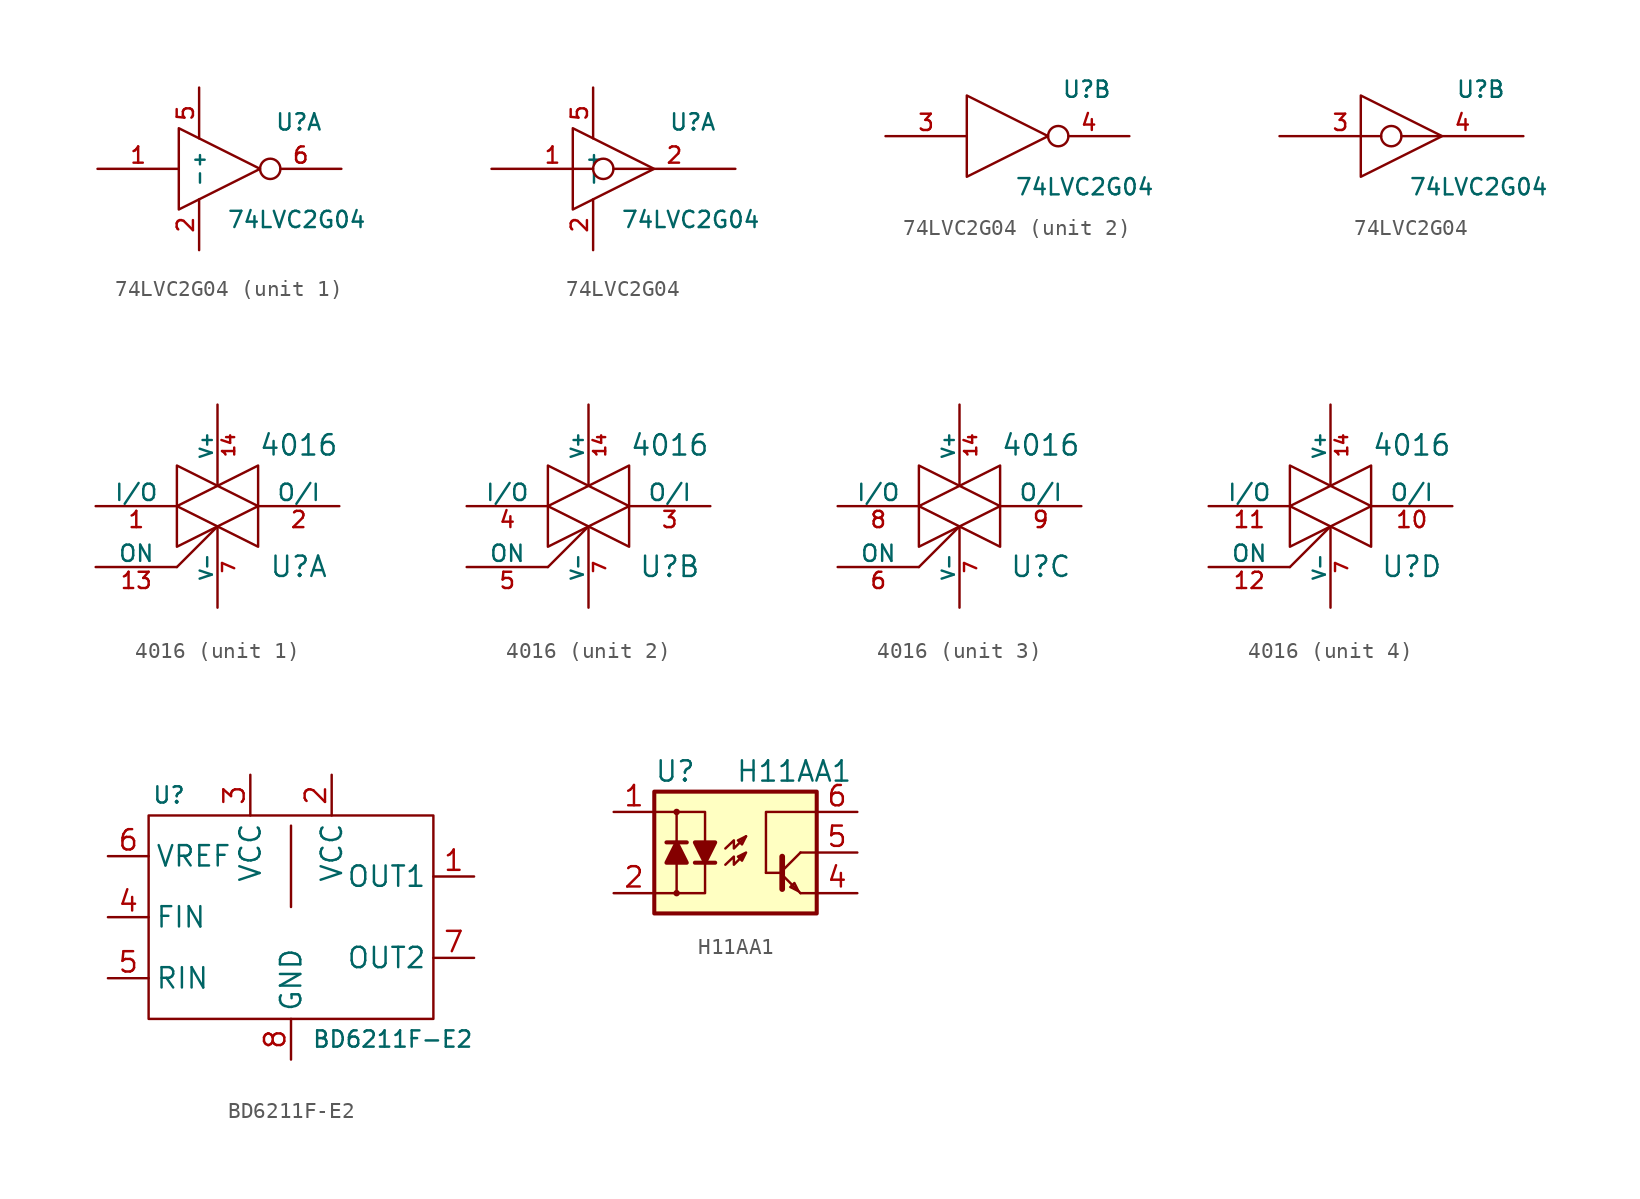
<source format=kicad_sym>
(kicad_symbol_lib
  (version 20211014)
  (generator kicad_symbol_editor)
  (symbol "74LVC2G04"
    (pin_names
      (offset 0.762))
    (property "Reference" "U"
      (at 4.953 2.921 0)
      (effects (font (size 1.016 1.016))))
    (property "Value" "74LVC2G04"
      (at 4.826 -3.175 0)
      (effects (font (size 1.016 1.016))))
    (property "ki_locked" ""
      (at 0 0 0)
      (effects (font (size 1.27 1.27))))
    (symbol "74LVC2G04_0_0"
      (polyline (pts (xy -2.54 2.54) (xy -2.54 -2.54) (xy 2.54 0) (xy -2.54 2.54)) (stroke (width 0) (type default) (color 0 0 0 0)) (fill (type none))))
    (symbol "74LVC2G04_1_0"
      (pin power_in line (at -1.27 -5.08 90) (length 3.175) (name "-" (effects (font (size 0.762 0.762)))) (number "2" (effects (font (size 1.016 1.016)))))
      (pin power_in line (at -1.27 5.08 270) (length 3.175) (name "+" (effects (font (size 0.762 0.762)))) (number "5" (effects (font (size 1.016 1.016))))))
    (symbol "74LVC2G04_1_1"
      (pin input line (at -7.62 0 0) (length 5.08) (name "~" (effects (font (size 1.016 1.016)))) (number "1" (effects (font (size 1.016 1.016)))))
      (pin output inverted (at 7.62 0 180) (length 5.08) (name "~" (effects (font (size 1.016 1.016)))) (number "6" (effects (font (size 1.016 1.016))))))
    (symbol "74LVC2G04_1_2"
      (pin input inverted (at -7.62 0 0) (length 7.62) (name "~" (effects (font (size 1.016 1.016)))) (number "1" (effects (font (size 1.016 1.016)))))
      (pin output line (at 7.62 0 180) (length 7.62) (name "~" (effects (font (size 1.016 1.016)))) (number "2" (effects (font (size 1.016 1.016))))))
    (symbol "74LVC2G04_2_1"
      (pin input line (at -7.62 0 0) (length 5.08) (name "~" (effects (font (size 1.016 1.016)))) (number "3" (effects (font (size 1.016 1.016)))))
      (pin output inverted (at 7.62 0 180) (length 5.08) (name "~" (effects (font (size 1.016 1.016)))) (number "4" (effects (font (size 1.016 1.016))))))
    (symbol "74LVC2G04_2_2"
      (pin input inverted (at -7.62 0 0) (length 7.62) (name "~" (effects (font (size 1.016 1.016)))) (number "3" (effects (font (size 1.016 1.016)))))
      (pin output line (at 7.62 0 180) (length 7.62) (name "~" (effects (font (size 1.016 1.016)))) (number "4" (effects (font (size 1.016 1.016)))))))
  (symbol "4016"
    (pin_names
      (offset 0))
    (property "Reference" "U"
      (at 5.08 -3.785 0)
      (effects (font (size 1.27 1.27))))
    (property "Value" "4016"
      (at 5.08 3.81 0)
      (effects (font (size 1.27 1.27))))
    (symbol "4016_0_1"
      (polyline (pts (xy -2.54 -3.81) (xy 0 -1.27) (xy 0 -1.27)) (stroke (width 0) (type default) (color 0 0 0 0)) (fill (type none)))
      (polyline (pts (xy -2.54 0) (xy 2.54 2.54) (xy 2.54 -2.54) (xy -2.54 0)) (stroke (width 0) (type default) (color 0 0 0 0)) (fill (type none)))
      (polyline (pts (xy -2.54 2.54) (xy 2.54 0) (xy -2.54 -2.54) (xy -2.54 2.54)) (stroke (width 0) (type default) (color 0 0 0 0)) (fill (type none)))
      (pin power_in line (at 0 6.35 270) (length 5.08) (name "V+" (effects (font (size 0.762 0.762)))) (number "14" (effects (font (size 0.762 0.762)))))
      (pin power_in line (at 0 -6.35 90) (length 5.08) (name "V-" (effects (font (size 0.762 0.762)))) (number "7" (effects (font (size 0.762 0.762))))))
    (symbol "4016_1_1"
      (pin passive line (at -7.62 0 0) (length 5.08) (name "I/O" (effects (font (size 1.016 1.016)))) (number "1" (effects (font (size 1.016 1.016)))))
      (pin input line (at -7.62 -3.81 0) (length 5.08) (name "ON" (effects (font (size 1.016 1.016)))) (number "13" (effects (font (size 1.016 1.016)))))
      (pin passive line (at 7.62 0 180) (length 5.08) (name "O/I" (effects (font (size 1.016 1.016)))) (number "2" (effects (font (size 1.016 1.016))))))
    (symbol "4016_2_1"
      (pin passive line (at 7.62 0 180) (length 5.08) (name "O/I" (effects (font (size 1.016 1.016)))) (number "3" (effects (font (size 1.016 1.016)))))
      (pin passive line (at -7.62 0 0) (length 5.08) (name "I/O" (effects (font (size 1.016 1.016)))) (number "4" (effects (font (size 1.016 1.016)))))
      (pin input line (at -7.62 -3.81 0) (length 5.08) (name "ON" (effects (font (size 1.016 1.016)))) (number "5" (effects (font (size 1.016 1.016))))))
    (symbol "4016_3_1"
      (pin input line (at -7.62 -3.81 0) (length 5.08) (name "ON" (effects (font (size 1.016 1.016)))) (number "6" (effects (font (size 1.016 1.016)))))
      (pin passive line (at -7.62 0 0) (length 5.08) (name "I/O" (effects (font (size 1.016 1.016)))) (number "8" (effects (font (size 1.016 1.016)))))
      (pin passive line (at 7.62 0 180) (length 5.08) (name "O/I" (effects (font (size 1.016 1.016)))) (number "9" (effects (font (size 1.016 1.016))))))
    (symbol "4016_4_1"
      (pin passive line (at 7.62 0 180) (length 5.08) (name "O/I" (effects (font (size 1.016 1.016)))) (number "10" (effects (font (size 1.016 1.016)))))
      (pin passive line (at -7.62 0 0) (length 5.08) (name "I/O" (effects (font (size 1.016 1.016)))) (number "11" (effects (font (size 1.016 1.016)))))
      (pin input line (at -7.62 -3.81 0) (length 5.08) (name "ON" (effects (font (size 1.016 1.016)))) (number "12" (effects (font (size 1.016 1.016)))))))
  (symbol "BD6211F-E2"
    (pin_names
      (offset 0.406))
    (property "Reference" "U"
      (at -7.62 7.62 0)
      (effects (font (size 1.016 1.016))))
    (property "Value" "BD6211F-E2"
      (at 6.35 -7.62 0)
      (effects (font (size 1.016 1.016))))
    (symbol "BD6211F-E2_1_0"
      (rectangle (start -8.89 6.35) (end 8.89 -6.35) (stroke (width 0) (type default) (color 0 0 0 0)) (fill (type none)))
      (polyline (pts (xy 0 5.715) (xy 0 0.635)) (stroke (width 0) (type default) (color 0 0 0 0)) (fill (type none))))
    (symbol "BD6211F-E2_1_1"
      (pin output line (at 11.43 2.54 180) (length 2.54) (name "OUT1" (effects (font (size 1.27 1.27)))) (number "1" (effects (font (size 1.27 1.27)))))
      (pin power_in line (at 2.54 8.89 270) (length 2.54) (name "VCC" (effects (font (size 1.27 1.27)))) (number "2" (effects (font (size 1.27 1.27)))))
      (pin power_in line (at -2.54 8.89 270) (length 2.54) (name "VCC" (effects (font (size 1.27 1.27)))) (number "3" (effects (font (size 1.27 1.27)))))
      (pin input line (at -11.43 0 0) (length 2.54) (name "FIN" (effects (font (size 1.27 1.27)))) (number "4" (effects (font (size 1.27 1.27)))))
      (pin input line (at -11.43 -3.81 0) (length 2.54) (name "RIN" (effects (font (size 1.27 1.27)))) (number "5" (effects (font (size 1.27 1.27)))))
      (pin input line (at -11.43 3.81 0) (length 2.54) (name "VREF" (effects (font (size 1.27 1.27)))) (number "6" (effects (font (size 1.27 1.27)))))
      (pin output line (at 11.43 -2.54 180) (length 2.54) (name "OUT2" (effects (font (size 1.27 1.27)))) (number "7" (effects (font (size 1.27 1.27)))))
      (pin power_in line (at 0 -8.89 90) (length 2.54) (name "GND" (effects (font (size 1.27 1.27)))) (number "8" (effects (font (size 1.27 1.27)))))))
  (symbol "H11AA1"
    (pin_names
      (offset 1.016))
    (property "Reference" "U"
      (at -5.08 5.08 0)
      (effects (font (size 1.27 1.27)) (justify left)))
    (property "Value" "H11AA1"
      (at 0 5.08 0)
      (effects (font (size 1.27 1.27)) (justify left)))
    (symbol "H11AA1_0_1"
      (rectangle (start -5.08 3.81) (end 5.08 -3.81) (stroke (width 0.254) (type default) (color 0 0 0 0)) (fill (type background)))
      (circle (center -3.683 -2.54) (radius 0.127) (stroke (width 0) (type default) (color 0 0 0 0)) (fill (type none)))
      (circle (center -3.683 2.54) (radius 0.127) (stroke (width 0) (type default) (color 0 0 0 0)) (fill (type none)))
      (polyline (pts (xy -3.683 -0.635) (xy -3.683 -2.54)) (stroke (width 0) (type default) (color 0 0 0 0)) (fill (type none)))
      (polyline (pts (xy -3.683 0.635) (xy -3.683 2.54)) (stroke (width 0) (type default) (color 0 0 0 0)) (fill (type none)))
      (polyline (pts (xy -3.048 0.635) (xy -4.318 0.635)) (stroke (width 0.254) (type default) (color 0 0 0 0)) (fill (type none)))
      (polyline (pts (xy -2.54 -0.635) (xy -1.27 -0.635)) (stroke (width 0.254) (type default) (color 0 0 0 0)) (fill (type none)))
      (polyline (pts (xy 2.921 -1.397) (xy 4.064 -2.54)) (stroke (width 0) (type default) (color 0 0 0 0)) (fill (type none)))
      (polyline (pts (xy 2.921 -1.27) (xy 1.905 -1.27)) (stroke (width 0) (type default) (color 0 0 0 0)) (fill (type none)))
      (polyline (pts (xy 2.921 -1.143) (xy 4.064 0)) (stroke (width 0) (type default) (color 0 0 0 0)) (fill (type none)))
      (polyline (pts (xy 4.064 -2.54) (xy 5.08 -2.54)) (stroke (width 0) (type default) (color 0 0 0 0)) (fill (type none)))
      (polyline (pts (xy 5.08 0) (xy 4.064 0)) (stroke (width 0) (type default) (color 0 0 0 0)) (fill (type none)))
      (polyline (pts (xy -5.08 2.54) (xy -1.905 2.54) (xy -1.905 0.635)) (stroke (width 0) (type default) (color 0 0 0 0)) (fill (type none)))
      (polyline (pts (xy -1.905 -0.635) (xy -1.905 -2.54) (xy -5.08 -2.54)) (stroke (width 0) (type default) (color 0 0 0 0)) (fill (type none)))
      (polyline (pts (xy 1.905 -1.27) (xy 1.905 2.54) (xy 5.08 2.54)) (stroke (width 0) (type default) (color 0 0 0 0)) (fill (type none)))
      (polyline (pts (xy 2.921 -0.254) (xy 2.921 -2.286) (xy 2.921 -2.286)) (stroke (width 0.356) (type default) (color 0 0 0 0)) (fill (type none)))
      (polyline (pts (xy -3.683 0.635) (xy -3.048 -0.635) (xy -4.318 -0.635) (xy -3.683 0.635)) (stroke (width 0.254) (type default) (color 0 0 0 0)) (fill (type outline)))
      (polyline (pts (xy -1.905 -0.635) (xy -2.54 0.635) (xy -1.27 0.635) (xy -1.905 -0.635)) (stroke (width 0.254) (type default) (color 0 0 0 0)) (fill (type outline)))
      (polyline (pts (xy -0.635 0.254) (xy -0.102 0.762) (xy -0.102 0.254) (xy 0.66 1.016)) (stroke (width 0) (type default) (color 0 0 0 0)) (fill (type none)))
      (polyline (pts (xy 0.66 1.016) (xy 0.152 0.762) (xy 0.406 0.508) (xy 0.66 1.016)) (stroke (width 0) (type default) (color 0 0 0 0)) (fill (type none)))
      (polyline (pts (xy 3.937 -2.413) (xy 3.683 -1.905) (xy 3.429 -2.159) (xy 3.937 -2.413)) (stroke (width 0) (type default) (color 0 0 0 0)) (fill (type none)))
      (polyline (pts (xy -0.635 -0.762) (xy -0.102 -0.254) (xy -0.102 -0.762) (xy 0.66 0) (xy 0.152 -0.254) (xy 0.406 -0.508) (xy 0.66 0)) (stroke (width 0) (type default) (color 0 0 0 0)) (fill (type none))))
    (symbol "H11AA1_1_1"
      (pin passive line (at -7.62 2.54 0) (length 2.54) (name "~" (effects (font (size 1.27 1.27)))) (number "1" (effects (font (size 1.27 1.27)))))
      (pin passive line (at -7.62 -2.54 0) (length 2.54) (name "~" (effects (font (size 1.27 1.27)))) (number "2" (effects (font (size 1.27 1.27)))))
      (pin no_connect line (at -7.62 0 0) (length 2.54) hide (name "NC" (effects (font (size 1.27 1.27)))) (number "3" (effects (font (size 1.27 1.27)))))
      (pin passive line (at 7.62 -2.54 180) (length 2.54) (name "~" (effects (font (size 1.27 1.27)))) (number "4" (effects (font (size 1.27 1.27)))))
      (pin passive line (at 7.62 0 180) (length 2.54) (name "~" (effects (font (size 1.27 1.27)))) (number "5" (effects (font (size 1.27 1.27)))))
      (pin passive line (at 7.62 2.54 180) (length 2.54) (name "~" (effects (font (size 1.27 1.27)))) (number "6" (effects (font (size 1.27 1.27))))))))
</source>
